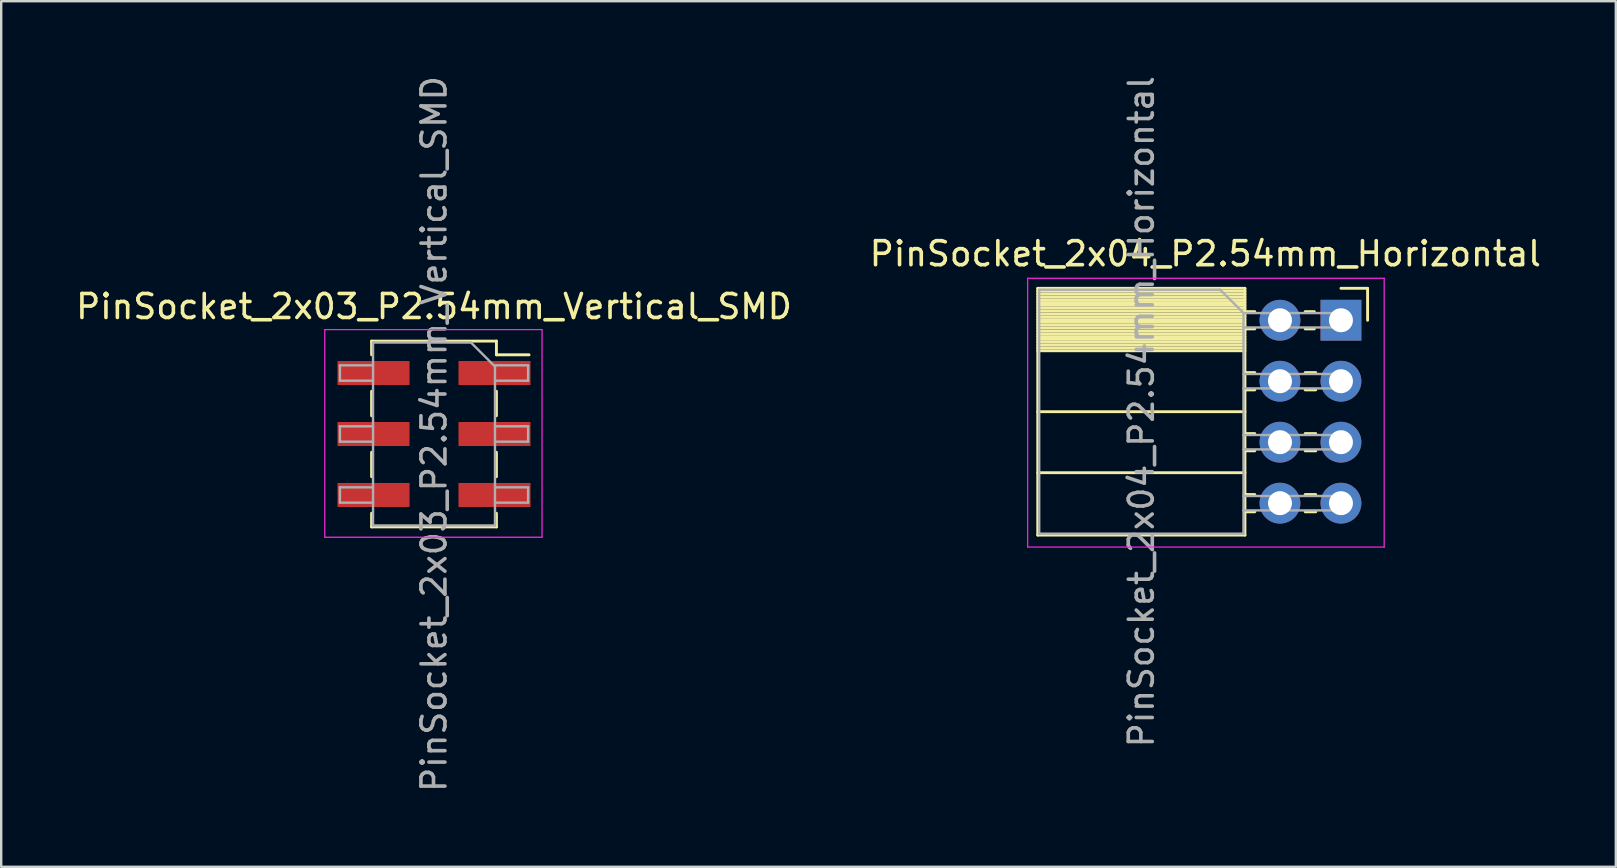
<source format=kicad_pcb>
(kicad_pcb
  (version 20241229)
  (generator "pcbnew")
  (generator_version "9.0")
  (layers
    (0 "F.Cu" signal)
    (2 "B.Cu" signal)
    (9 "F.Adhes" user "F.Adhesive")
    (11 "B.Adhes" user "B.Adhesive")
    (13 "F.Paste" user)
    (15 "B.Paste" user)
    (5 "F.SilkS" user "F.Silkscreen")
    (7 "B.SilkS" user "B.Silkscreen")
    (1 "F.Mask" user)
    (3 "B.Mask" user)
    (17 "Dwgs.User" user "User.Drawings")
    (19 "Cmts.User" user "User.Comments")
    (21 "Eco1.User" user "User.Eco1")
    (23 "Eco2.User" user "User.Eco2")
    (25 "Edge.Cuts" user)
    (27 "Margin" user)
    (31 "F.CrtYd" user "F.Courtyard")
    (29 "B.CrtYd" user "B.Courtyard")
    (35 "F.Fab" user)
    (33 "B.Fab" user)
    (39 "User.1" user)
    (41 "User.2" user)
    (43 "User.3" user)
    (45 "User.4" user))
  (footprint "PinSocket_2x04_P2.54mm_Horizontal"
    (layer "F.Cu")
    (at 52.811 10.291)
    (property "Reference" "PinSocket_2x04_P2.54mm_Horizontal" (at -5.65 -2.77 0) (layer "F.SilkS") (effects (font (size 1 1) (thickness 0.15))))
    (attr through_hole)
    (fp_line (start -12.63 -1.33) (end -12.63 8.95) (stroke (width 0.12) (type solid)) (layer "F.SilkS"))
    (fp_line (start -12.63 -1.33) (end -4 -1.33) (stroke (width 0.12) (type solid)) (layer "F.SilkS"))
    (fp_line (start -12.63 -1.21) (end -4 -1.21) (stroke (width 0.12) (type solid)) (layer "F.SilkS"))
    (fp_line (start -12.63 -1.092) (end -4 -1.092) (stroke (width 0.12) (type solid)) (layer "F.SilkS"))
    (fp_line (start -12.63 -0.974) (end -4 -0.974) (stroke (width 0.12) (type solid)) (layer "F.SilkS"))
    (fp_line (start -12.63 -0.856) (end -4 -0.856) (stroke (width 0.12) (type solid)) (layer "F.SilkS"))
    (fp_line (start -12.63 -0.738) (end -4 -0.738) (stroke (width 0.12) (type solid)) (layer "F.SilkS"))
    (fp_line (start -12.63 -0.62) (end -4 -0.62) (stroke (width 0.12) (type solid)) (layer "F.SilkS"))
    (fp_line (start -12.63 -0.501) (end -4 -0.501) (stroke (width 0.12) (type solid)) (layer "F.SilkS"))
    (fp_line (start -12.63 -0.383) (end -4 -0.383) (stroke (width 0.12) (type solid)) (layer "F.SilkS"))
    (fp_line (start -12.63 -0.265) (end -4 -0.265) (stroke (width 0.12) (type solid)) (layer "F.SilkS"))
    (fp_line (start -12.63 -0.147) (end -4 -0.147) (stroke (width 0.12) (type solid)) (layer "F.SilkS"))
    (fp_line (start -12.63 -0.029) (end -4 -0.029) (stroke (width 0.12) (type solid)) (layer "F.SilkS"))
    (fp_line (start -12.63 0.089) (end -4 0.089) (stroke (width 0.12) (type solid)) (layer "F.SilkS"))
    (fp_line (start -12.63 0.207) (end -4 0.207) (stroke (width 0.12) (type solid)) (layer "F.SilkS"))
    (fp_line (start -12.63 0.325) (end -4 0.325) (stroke (width 0.12) (type solid)) (layer "F.SilkS"))
    (fp_line (start -12.63 0.443) (end -4 0.443) (stroke (width 0.12) (type solid)) (layer "F.SilkS"))
    (fp_line (start -12.63 0.561) (end -4 0.561) (stroke (width 0.12) (type solid)) (layer "F.SilkS"))
    (fp_line (start -12.63 0.68) (end -4 0.68) (stroke (width 0.12) (type solid)) (layer "F.SilkS"))
    (fp_line (start -12.63 0.798) (end -4 0.798) (stroke (width 0.12) (type solid)) (layer "F.SilkS"))
    (fp_line (start -12.63 0.916) (end -4 0.916) (stroke (width 0.12) (type solid)) (layer "F.SilkS"))
    (fp_line (start -12.63 1.034) (end -4 1.034) (stroke (width 0.12) (type solid)) (layer "F.SilkS"))
    (fp_line (start -12.63 1.152) (end -4 1.152) (stroke (width 0.12) (type solid)) (layer "F.SilkS"))
    (fp_line (start -12.63 1.27) (end -4 1.27) (stroke (width 0.12) (type solid)) (layer "F.SilkS"))
    (fp_line (start -12.63 3.81) (end -4 3.81) (stroke (width 0.12) (type solid)) (layer "F.SilkS"))
    (fp_line (start -12.63 6.35) (end -4 6.35) (stroke (width 0.12) (type solid)) (layer "F.SilkS"))
    (fp_line (start -12.63 8.95) (end -4 8.95) (stroke (width 0.12) (type solid)) (layer "F.SilkS"))
    (fp_line (start -4 -1.33) (end -4 8.95) (stroke (width 0.12) (type solid)) (layer "F.SilkS"))
    (fp_line (start -4 -0.36) (end -3.59 -0.36) (stroke (width 0.12) (type solid)) (layer "F.SilkS"))
    (fp_line (start -4 0.36) (end -3.59 0.36) (stroke (width 0.12) (type solid)) (layer "F.SilkS"))
    (fp_line (start -4 2.18) (end -3.59 2.18) (stroke (width 0.12) (type solid)) (layer "F.SilkS"))
    (fp_line (start -4 2.9) (end -3.59 2.9) (stroke (width 0.12) (type solid)) (layer "F.SilkS"))
    (fp_line (start -4 4.72) (end -3.59 4.72) (stroke (width 0.12) (type solid)) (layer "F.SilkS"))
    (fp_line (start -4 5.44) (end -3.59 5.44) (stroke (width 0.12) (type solid)) (layer "F.SilkS"))
    (fp_line (start -4 7.26) (end -3.59 7.26) (stroke (width 0.12) (type solid)) (layer "F.SilkS"))
    (fp_line (start -4 7.98) (end -3.59 7.98) (stroke (width 0.12) (type solid)) (layer "F.SilkS"))
    (fp_line (start -1.49 -0.36) (end -1.11 -0.36) (stroke (width 0.12) (type solid)) (layer "F.SilkS"))
    (fp_line (start -1.49 0.36) (end -1.11 0.36) (stroke (width 0.12) (type solid)) (layer "F.SilkS"))
    (fp_line (start -1.49 2.18) (end -1.05 2.18) (stroke (width 0.12) (type solid)) (layer "F.SilkS"))
    (fp_line (start -1.49 2.9) (end -1.05 2.9) (stroke (width 0.12) (type solid)) (layer "F.SilkS"))
    (fp_line (start -1.49 4.72) (end -1.05 4.72) (stroke (width 0.12) (type solid)) (layer "F.SilkS"))
    (fp_line (start -1.49 5.44) (end -1.05 5.44) (stroke (width 0.12) (type solid)) (layer "F.SilkS"))
    (fp_line (start -1.49 7.26) (end -1.05 7.26) (stroke (width 0.12) (type solid)) (layer "F.SilkS"))
    (fp_line (start -1.49 7.98) (end -1.05 7.98) (stroke (width 0.12) (type solid)) (layer "F.SilkS"))
    (fp_line (start 0 -1.33) (end 1.11 -1.33) (stroke (width 0.12) (type solid)) (layer "F.SilkS"))
    (fp_line (start 1.11 -1.33) (end 1.11 0) (stroke (width 0.12) (type solid)) (layer "F.SilkS"))
    (fp_line (start -13.05 -1.75) (end -13.05 9.45) (stroke (width 0.05) (type solid)) (layer "F.CrtYd"))
    (fp_line (start -13.05 9.45) (end 1.8 9.45) (stroke (width 0.05) (type solid)) (layer "F.CrtYd"))
    (fp_line (start 1.8 -1.75) (end -13.05 -1.75) (stroke (width 0.05) (type solid)) (layer "F.CrtYd"))
    (fp_line (start 1.8 9.45) (end 1.8 -1.75) (stroke (width 0.05) (type solid)) (layer "F.CrtYd"))
    (fp_line (start -12.57 -1.27) (end -5.03 -1.27) (stroke (width 0.1) (type solid)) (layer "F.Fab"))
    (fp_line (start -12.57 8.89) (end -12.57 -1.27) (stroke (width 0.1) (type solid)) (layer "F.Fab"))
    (fp_line (start -5.03 -1.27) (end -4.06 -0.3) (stroke (width 0.1) (type solid)) (layer "F.Fab"))
    (fp_line (start -4.06 -0.3) (end -4.06 8.89) (stroke (width 0.1) (type solid)) (layer "F.Fab"))
    (fp_line (start -4.06 0.3) (end 0 0.3) (stroke (width 0.1) (type solid)) (layer "F.Fab"))
    (fp_line (start -4.06 2.84) (end 0 2.84) (stroke (width 0.1) (type solid)) (layer "F.Fab"))
    (fp_line (start -4.06 5.38) (end 0 5.38) (stroke (width 0.1) (type solid)) (layer "F.Fab"))
    (fp_line (start -4.06 7.92) (end 0 7.92) (stroke (width 0.1) (type solid)) (layer "F.Fab"))
    (fp_line (start -4.06 8.89) (end -12.57 8.89) (stroke (width 0.1) (type solid)) (layer "F.Fab"))
    (fp_line (start 0 -0.3) (end -4.06 -0.3) (stroke (width 0.1) (type solid)) (layer "F.Fab"))
    (fp_line (start 0 0.3) (end 0 -0.3) (stroke (width 0.1) (type solid)) (layer "F.Fab"))
    (fp_line (start 0 2.24) (end -4.06 2.24) (stroke (width 0.1) (type solid)) (layer "F.Fab"))
    (fp_line (start 0 2.84) (end 0 2.24) (stroke (width 0.1) (type solid)) (layer "F.Fab"))
    (fp_line (start 0 4.78) (end -4.06 4.78) (stroke (width 0.1) (type solid)) (layer "F.Fab"))
    (fp_line (start 0 5.38) (end 0 4.78) (stroke (width 0.1) (type solid)) (layer "F.Fab"))
    (fp_line (start 0 7.32) (end -4.06 7.32) (stroke (width 0.1) (type solid)) (layer "F.Fab"))
    (fp_line (start 0 7.92) (end 0 7.32) (stroke (width 0.1) (type solid)) (layer "F.Fab"))
    (fp_text user "${REFERENCE}" (at -8.315 3.81 90) (layer "F.Fab") (effects (font (size 1 1) (thickness 0.15))))
    (pad "1" thru_hole rect (at 0 0) (size 1.7 1.7) (drill 1) (layers "*.Cu" "*.Mask"))
    (pad "2" thru_hole oval (at -2.54 0) (size 1.7 1.7) (drill 1) (layers "*.Cu" "*.Mask"))
    (pad "3" thru_hole oval (at 0 2.54) (size 1.7 1.7) (drill 1) (layers "*.Cu" "*.Mask"))
    (pad "4" thru_hole oval (at -2.54 2.54) (size 1.7 1.7) (drill 1) (layers "*.Cu" "*.Mask"))
    (pad "5" thru_hole oval (at 0 5.08) (size 1.7 1.7) (drill 1) (layers "*.Cu" "*.Mask"))
    (pad "6" thru_hole oval (at -2.54 5.08) (size 1.7 1.7) (drill 1) (layers "*.Cu" "*.Mask"))
    (pad "7" thru_hole oval (at 0 7.62) (size 1.7 1.7) (drill 1) (layers "*.Cu" "*.Mask"))
    (pad "8" thru_hole oval (at -2.54 7.62) (size 1.7 1.7) (drill 1) (layers "*.Cu" "*.Mask")))
  (footprint "PinSocket_2x03_P2.54mm_Vertical_SMD"
    (layer "F.Cu")
    (at 15.03 15.03)
    (property "Reference" "PinSocket_2x03_P2.54mm_Vertical_SMD" (at 0 -5.31 0) (layer "F.SilkS") (effects (font (size 1 1) (thickness 0.15))))
    (attr smd)
    (fp_line (start -2.6 -3.87) (end -2.6 -3.3) (stroke (width 0.12) (type solid)) (layer "F.SilkS"))
    (fp_line (start -2.6 -3.87) (end 2.6 -3.87) (stroke (width 0.12) (type solid)) (layer "F.SilkS"))
    (fp_line (start -2.6 -1.78) (end -2.6 -0.76) (stroke (width 0.12) (type solid)) (layer "F.SilkS"))
    (fp_line (start -2.6 0.76) (end -2.6 1.78) (stroke (width 0.12) (type solid)) (layer "F.SilkS"))
    (fp_line (start -2.6 3.3) (end -2.6 3.87) (stroke (width 0.12) (type solid)) (layer "F.SilkS"))
    (fp_line (start -2.6 3.87) (end 2.6 3.87) (stroke (width 0.12) (type solid)) (layer "F.SilkS"))
    (fp_line (start 2.6 -3.87) (end 2.6 -3.3) (stroke (width 0.12) (type solid)) (layer "F.SilkS"))
    (fp_line (start 2.6 -3.3) (end 3.96 -3.3) (stroke (width 0.12) (type solid)) (layer "F.SilkS"))
    (fp_line (start 2.6 -1.78) (end 2.6 -0.76) (stroke (width 0.12) (type solid)) (layer "F.SilkS"))
    (fp_line (start 2.6 0.76) (end 2.6 1.78) (stroke (width 0.12) (type solid)) (layer "F.SilkS"))
    (fp_line (start 2.6 3.3) (end 2.6 3.87) (stroke (width 0.12) (type solid)) (layer "F.SilkS"))
    (fp_line (start -4.55 -4.35) (end 4.5 -4.35) (stroke (width 0.05) (type solid)) (layer "F.CrtYd"))
    (fp_line (start -4.55 4.3) (end -4.55 -4.35) (stroke (width 0.05) (type solid)) (layer "F.CrtYd"))
    (fp_line (start 4.5 -4.35) (end 4.5 4.3) (stroke (width 0.05) (type solid)) (layer "F.CrtYd"))
    (fp_line (start 4.5 4.3) (end -4.55 4.3) (stroke (width 0.05) (type solid)) (layer "F.CrtYd"))
    (fp_line (start -3.92 -2.86) (end -2.54 -2.86) (stroke (width 0.1) (type solid)) (layer "F.Fab"))
    (fp_line (start -3.92 -2.22) (end -3.92 -2.86) (stroke (width 0.1) (type solid)) (layer "F.Fab"))
    (fp_line (start -3.92 -0.32) (end -2.54 -0.32) (stroke (width 0.1) (type solid)) (layer "F.Fab"))
    (fp_line (start -3.92 0.32) (end -3.92 -0.32) (stroke (width 0.1) (type solid)) (layer "F.Fab"))
    (fp_line (start -3.92 2.22) (end -2.54 2.22) (stroke (width 0.1) (type solid)) (layer "F.Fab"))
    (fp_line (start -3.92 2.86) (end -3.92 2.22) (stroke (width 0.1) (type solid)) (layer "F.Fab"))
    (fp_line (start -2.54 -3.81) (end 1.54 -3.81) (stroke (width 0.1) (type solid)) (layer "F.Fab"))
    (fp_line (start -2.54 -2.22) (end -3.92 -2.22) (stroke (width 0.1) (type solid)) (layer "F.Fab"))
    (fp_line (start -2.54 0.32) (end -3.92 0.32) (stroke (width 0.1) (type solid)) (layer "F.Fab"))
    (fp_line (start -2.54 2.86) (end -3.92 2.86) (stroke (width 0.1) (type solid)) (layer "F.Fab"))
    (fp_line (start -2.54 3.81) (end -2.54 -3.81) (stroke (width 0.1) (type solid)) (layer "F.Fab"))
    (fp_line (start 1.54 -3.81) (end 2.54 -2.81) (stroke (width 0.1) (type solid)) (layer "F.Fab"))
    (fp_line (start 2.54 -2.86) (end 3.92 -2.86) (stroke (width 0.1) (type solid)) (layer "F.Fab"))
    (fp_line (start 2.54 -2.81) (end 2.54 3.81) (stroke (width 0.1) (type solid)) (layer "F.Fab"))
    (fp_line (start 2.54 -0.32) (end 3.92 -0.32) (stroke (width 0.1) (type solid)) (layer "F.Fab"))
    (fp_line (start 2.54 2.22) (end 3.92 2.22) (stroke (width 0.1) (type solid)) (layer "F.Fab"))
    (fp_line (start 2.54 3.81) (end -2.54 3.81) (stroke (width 0.1) (type solid)) (layer "F.Fab"))
    (fp_line (start 3.92 -2.86) (end 3.92 -2.22) (stroke (width 0.1) (type solid)) (layer "F.Fab"))
    (fp_line (start 3.92 -2.22) (end 2.54 -2.22) (stroke (width 0.1) (type solid)) (layer "F.Fab"))
    (fp_line (start 3.92 -0.32) (end 3.92 0.32) (stroke (width 0.1) (type solid)) (layer "F.Fab"))
    (fp_line (start 3.92 0.32) (end 2.54 0.32) (stroke (width 0.1) (type solid)) (layer "F.Fab"))
    (fp_line (start 3.92 2.22) (end 3.92 2.86) (stroke (width 0.1) (type solid)) (layer "F.Fab"))
    (fp_line (start 3.92 2.86) (end 2.54 2.86) (stroke (width 0.1) (type solid)) (layer "F.Fab"))
    (fp_text user "${REFERENCE}" (at 0 0 90) (layer "F.Fab") (effects (font (size 1 1) (thickness 0.15))))
    (pad "1" smd rect (at 2.52 -2.54) (size 3 1) (layers "F.Cu" "F.Mask" "F.Paste"))
    (pad "2" smd rect (at -2.52 -2.54) (size 3 1) (layers "F.Cu" "F.Mask" "F.Paste"))
    (pad "3" smd rect (at 2.52 0) (size 3 1) (layers "F.Cu" "F.Mask" "F.Paste"))
    (pad "4" smd rect (at -2.52 0) (size 3 1) (layers "F.Cu" "F.Mask" "F.Paste"))
    (pad "5" smd rect (at 2.52 2.54) (size 3 1) (layers "F.Cu" "F.Mask" "F.Paste"))
    (pad "6" smd rect (at -2.52 2.54) (size 3 1) (layers "F.Cu" "F.Mask" "F.Paste")))
  (gr_rect
    (start -3 -3)
    (end 64.262 33.06)
    (stroke (width 0.1) (type default))
    (fill no)
    (layer "Edge.Cuts")))
</source>
